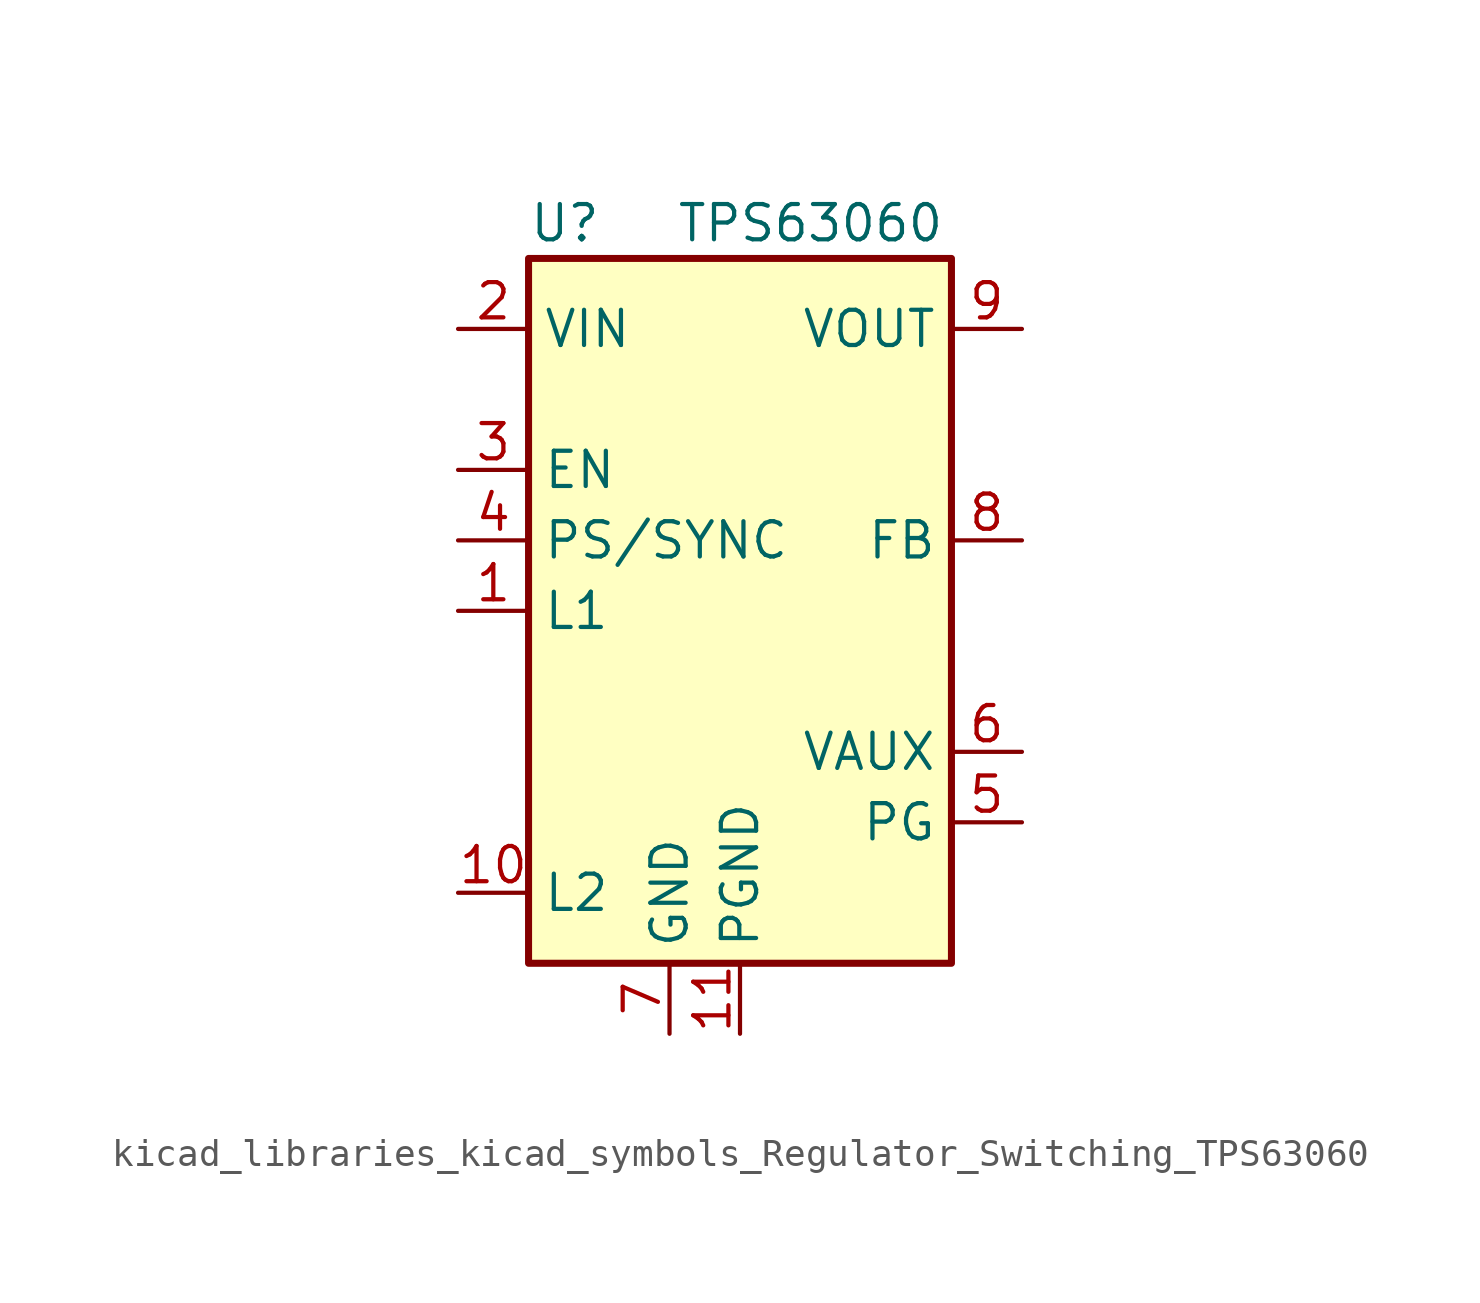
<source format=kicad_sym>
(kicad_symbol_lib
  (version 20220914)
  (generator kicad_symbol_editor)
  (symbol "kicad_libraries_kicad_symbols_Regulator_Switching_TPS63060"
    (property "Reference" "U"
      (at -7.62 13.97 0)
      (effects (font (size 1.27 1.27)) (justify left)))
    (property "Value" "TPS63060"
      (at 2.54 13.97 0)
      (effects (font (size 1.27 1.27))))
    (symbol "kicad_libraries_kicad_symbols_Regulator_Switching_TPS63060_0_1"
      (rectangle (start -7.62 12.7) (end 7.62 -12.7) (stroke (width 0.254) (type default)) (fill (type background))))
    (symbol "kicad_libraries_kicad_symbols_Regulator_Switching_TPS63060_1_1"
      (pin input line (at -10.16 0 0) (length 2.54) (name "L1" (effects (font (size 1.27 1.27)))) (number "1" (effects (font (size 1.27 1.27)))))
      (pin input line (at -10.16 -10.16 0) (length 2.54) (name "L2" (effects (font (size 1.27 1.27)))) (number "10" (effects (font (size 1.27 1.27)))))
      (pin power_in line (at 0 -15.24 90) (length 2.54) (name "PGND" (effects (font (size 1.27 1.27)))) (number "11" (effects (font (size 1.27 1.27)))))
      (pin power_in line (at -10.16 10.16 0) (length 2.54) (name "VIN" (effects (font (size 1.27 1.27)))) (number "2" (effects (font (size 1.27 1.27)))))
      (pin input line (at -10.16 5.08 0) (length 2.54) (name "EN" (effects (font (size 1.27 1.27)))) (number "3" (effects (font (size 1.27 1.27)))))
      (pin input line (at -10.16 2.54 0) (length 2.54) (name "PS/SYNC" (effects (font (size 1.27 1.27)))) (number "4" (effects (font (size 1.27 1.27)))))
      (pin output line (at 10.16 -7.62 180) (length 2.54) (name "PG" (effects (font (size 1.27 1.27)))) (number "5" (effects (font (size 1.27 1.27)))))
      (pin passive line (at 10.16 -5.08 180) (length 2.54) (name "VAUX" (effects (font (size 1.27 1.27)))) (number "6" (effects (font (size 1.27 1.27)))))
      (pin power_in line (at -2.54 -15.24 90) (length 2.54) (name "GND" (effects (font (size 1.27 1.27)))) (number "7" (effects (font (size 1.27 1.27)))))
      (pin input line (at 10.16 2.54 180) (length 2.54) (name "FB" (effects (font (size 1.27 1.27)))) (number "8" (effects (font (size 1.27 1.27)))))
      (pin power_out line (at 10.16 10.16 180) (length 2.54) (name "VOUT" (effects (font (size 1.27 1.27)))) (number "9" (effects (font (size 1.27 1.27))))))))
</source>
